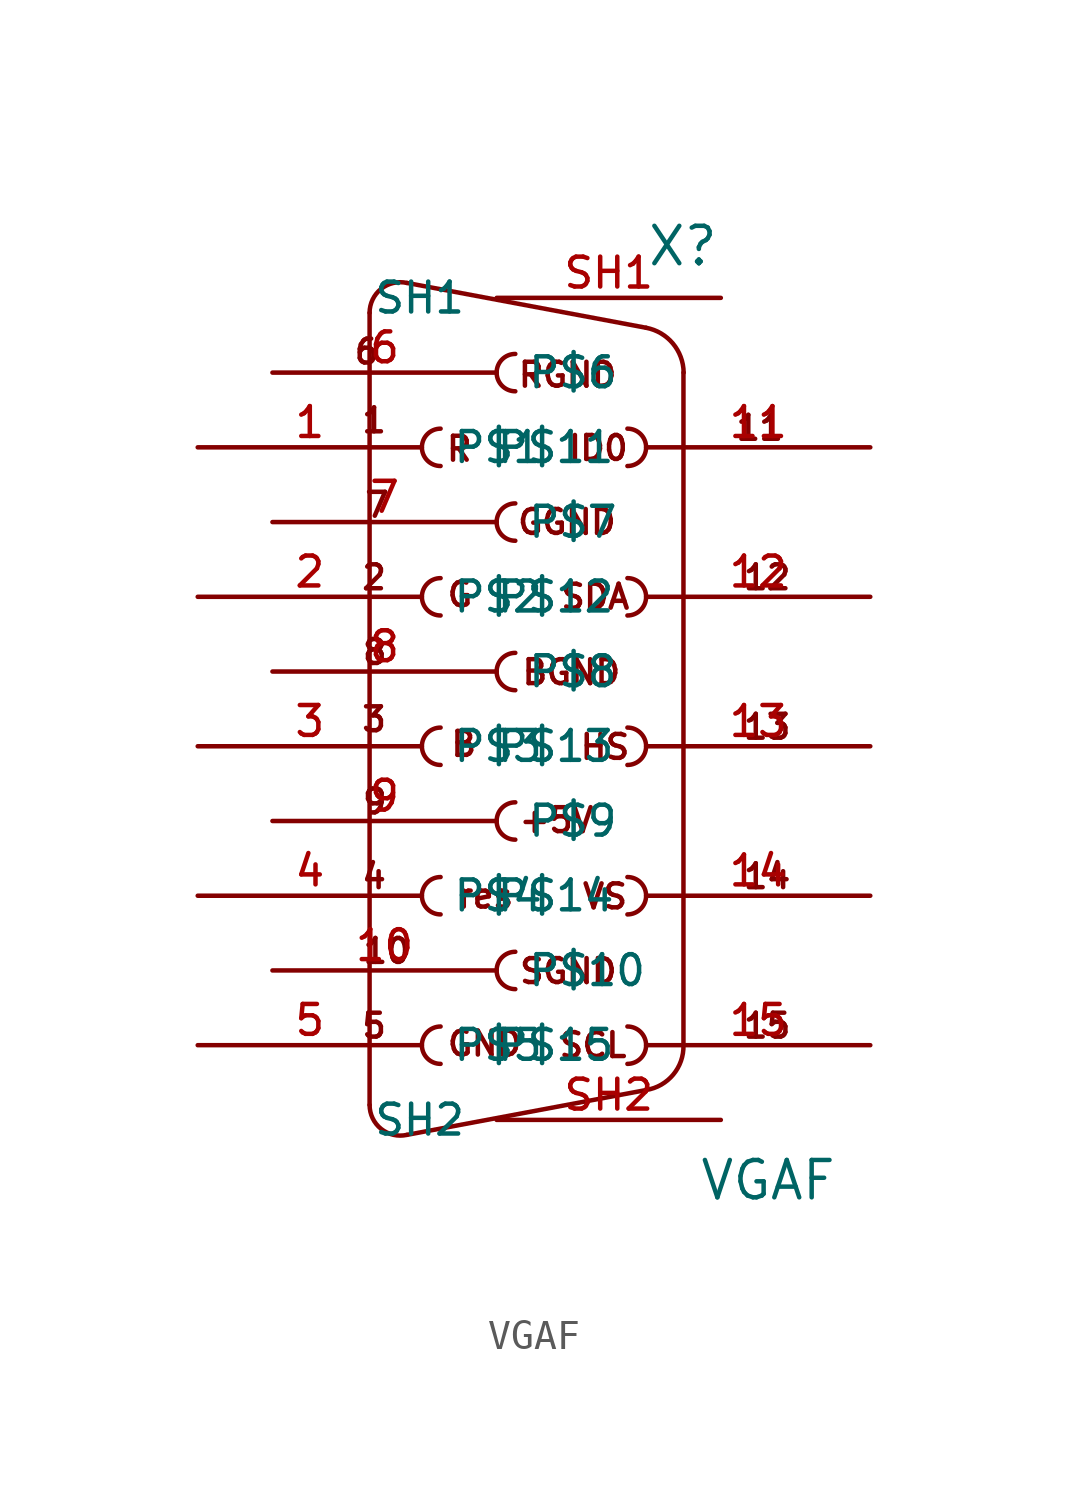
<source format=kicad_sym>
(kicad_symbol_lib
  (version 20220914)
  (generator kicad_symbol_editor)
  (symbol "VGAF"
    (pin_names
      (offset 1.016))
    (property "Reference" "X"
      (at 5.08 13.716 0)
      (effects (font (size 1.27 1.27)) (justify left bottom)))
    (property "Value" "VGAF"
      (at 6.858 -18.034 0)
      (effects (font (size 1.27 1.27)) (justify left bottom)))
    (property "Datasheet" ""
      (at 0 0 0)
      (effects (font (size 1.524 1.524))))
    (symbol "VGAF_1_0"
      (polyline (pts (xy -4.318 12.192) (xy -4.318 -14.732)) (stroke (width 0) (type solid)) (fill (type none)))
      (polyline (pts (xy -3.048 -15.748) (xy 5.08 -14.224)) (stroke (width 0) (type solid)) (fill (type none)))
      (polyline (pts (xy -3.048 13.208) (xy 5.08 11.684)) (stroke (width 0) (type solid)) (fill (type none)))
      (polyline (pts (xy 6.35 10.16) (xy 6.35 -12.7)) (stroke (width 0) (type solid)) (fill (type none)))
      (text "+5V" (at 2.032 -5.055 0) (effects (font (size 0.813 0.813))))
      (text "1" (at -4.166 8.534 0) (effects (font (size 0.813 0.813))))
      (text "10" (at -3.734 -9.5 0) (effects (font (size 0.813 0.813))))
      (text "11" (at 8.941 8.28 0) (effects (font (size 0.813 0.813))))
      (text "12" (at 9.195 3.2 0) (effects (font (size 0.813 0.813))))
      (text "13" (at 9.195 -1.88 0) (effects (font (size 0.813 0.813))))
      (text "14" (at 9.195 -6.96 0) (effects (font (size 0.813 0.813))))
      (text "15" (at 9.195 -12.04 0) (effects (font (size 0.813 0.813))))
      (text "2" (at -4.166 3.2 0) (effects (font (size 0.813 0.813))))
      (text "3" (at -4.166 -1.626 0) (effects (font (size 0.813 0.813))))
      (text "4" (at -4.166 -6.96 0) (effects (font (size 0.813 0.813))))
      (text "5" (at -4.166 -12.04 0) (effects (font (size 0.813 0.813))))
      (text "6" (at -4.42 10.871 0) (effects (font (size 0.813 0.813))))
      (text "7" (at -4.064 5.664 0) (effects (font (size 0.813 0.813))))
      (text "8" (at -4.14 0.66 0) (effects (font (size 0.813 0.813))))
      (text "9" (at -4.14 -4.42 0) (effects (font (size 0.813 0.813))))
      (text "B" (at -1.118 -2.464 0) (effects (font (size 0.813 0.813))))
      (text "BGND" (at 2.54 -0.025 0) (effects (font (size 0.813 0.813))))
      (text "G" (at -1.245 2.616 0) (effects (font (size 0.813 0.813))))
      (text "GGND" (at 2.388 5.08 0) (effects (font (size 0.813 0.813))))
      (text "GND" (at -0.406 -12.649 0) (effects (font (size 0.813 0.813))))
      (text "HS" (at 3.683 -2.565 0) (effects (font (size 0.813 0.813))))
      (text "ID0" (at 3.454 7.595 0) (effects (font (size 0.813 0.813))))
      (text "R" (at -1.27 7.569 0) (effects (font (size 0.813 0.813))))
      (text "res" (at -0.381 -7.62 0) (effects (font (size 0.813 0.813))))
      (text "RGND" (at 2.413 10.084 0) (effects (font (size 0.813 0.813))))
      (text "SCL" (at 3.277 -12.7 0) (effects (font (size 0.813 0.813))))
      (text "SDA" (at 3.353 2.54 0) (effects (font (size 0.813 0.813))))
      (text "SGND" (at 2.438 -10.185 0) (effects (font (size 0.813 0.813))))
      (text "VS" (at 3.683 -7.645 0) (effects (font (size 0.813 0.813)))))
    (symbol "VGAF_1_1"
      (arc (start -4.318 -14.732) (mid -3.9272 -15.5452) (end -3.048 -15.748) (stroke (width 0) (type solid)) (fill (type none)))
      (arc (start -3.048 13.208) (mid -3.9272 13.0052) (end -4.318 12.192) (stroke (width 0) (type solid)) (fill (type none)))
      (arc (start -1.905 -12.065) (mid -2.5373 -12.7) (end -1.905 -13.335) (stroke (width 0) (type solid)) (fill (type none)))
      (arc (start -1.905 -6.985) (mid -2.5373 -7.62) (end -1.905 -8.255) (stroke (width 0) (type solid)) (fill (type none)))
      (arc (start -1.905 -1.905) (mid -2.5373 -2.54) (end -1.905 -3.175) (stroke (width 0) (type solid)) (fill (type none)))
      (arc (start -1.905 3.175) (mid -2.5373 2.54) (end -1.905 1.905) (stroke (width 0) (type solid)) (fill (type none)))
      (arc (start -1.905 8.255) (mid -2.5373 7.62) (end -1.905 6.985) (stroke (width 0) (type solid)) (fill (type none)))
      (arc (start 0.635 -9.525) (mid 0.0027 -10.16) (end 0.635 -10.795) (stroke (width 0) (type solid)) (fill (type none)))
      (arc (start 0.635 -4.445) (mid 0.0027 -5.08) (end 0.635 -5.715) (stroke (width 0) (type solid)) (fill (type none)))
      (arc (start 0.635 0.635) (mid 0.0027 0) (end 0.635 -0.635) (stroke (width 0) (type solid)) (fill (type none)))
      (arc (start 0.635 5.715) (mid 0.0027 5.08) (end 0.635 4.445) (stroke (width 0) (type solid)) (fill (type none)))
      (arc (start 0.635 10.795) (mid 0.0027 10.16) (end 0.635 9.525) (stroke (width 0) (type solid)) (fill (type none)))
      (arc (start 4.445 -13.335) (mid 5.0773 -12.7) (end 4.445 -12.065) (stroke (width 0) (type solid)) (fill (type none)))
      (arc (start 4.445 -8.255) (mid 5.0773 -7.62) (end 4.445 -6.985) (stroke (width 0) (type solid)) (fill (type none)))
      (arc (start 4.445 -3.175) (mid 5.0773 -2.54) (end 4.445 -1.905) (stroke (width 0) (type solid)) (fill (type none)))
      (arc (start 4.445 1.905) (mid 5.0773 2.54) (end 4.445 3.175) (stroke (width 0) (type solid)) (fill (type none)))
      (arc (start 4.445 6.985) (mid 5.0773 7.62) (end 4.445 8.255) (stroke (width 0) (type solid)) (fill (type none)))
      (arc (start 5.08 -14.224) (mid 6.0049 -13.6987) (end 6.35 -12.7) (stroke (width 0) (type solid)) (fill (type none)))
      (arc (start 6.35 10.16) (mid 5.9888 11.1451) (end 5.08 11.684) (stroke (width 0) (type solid)) (fill (type none)))
      (pin passive line (at -10.16 7.62 0) (length 7.62) (name "P$1" (effects (font (size 1.016 1.016)))) (number "1" (effects (font (size 1.016 1.016)))))
      (pin passive line (at -7.62 -10.16 0) (length 7.62) (name "P$10" (effects (font (size 1.016 1.016)))) (number "10" (effects (font (size 1.016 1.016)))))
      (pin passive line (at 12.7 7.62 180) (length 7.62) (name "P$11" (effects (font (size 1.016 1.016)))) (number "11" (effects (font (size 1.016 1.016)))))
      (pin passive line (at 12.7 2.54 180) (length 7.62) (name "P$12" (effects (font (size 1.016 1.016)))) (number "12" (effects (font (size 1.016 1.016)))))
      (pin passive line (at 12.7 -2.54 180) (length 7.62) (name "P$13" (effects (font (size 1.016 1.016)))) (number "13" (effects (font (size 1.016 1.016)))))
      (pin passive line (at 12.7 -7.62 180) (length 7.62) (name "P$14" (effects (font (size 1.016 1.016)))) (number "14" (effects (font (size 1.016 1.016)))))
      (pin passive line (at 12.7 -12.7 180) (length 7.62) (name "P$15" (effects (font (size 1.016 1.016)))) (number "15" (effects (font (size 1.016 1.016)))))
      (pin passive line (at -10.16 2.54 0) (length 7.62) (name "P$2" (effects (font (size 1.016 1.016)))) (number "2" (effects (font (size 1.016 1.016)))))
      (pin passive line (at -10.16 -2.54 0) (length 7.62) (name "P$3" (effects (font (size 1.016 1.016)))) (number "3" (effects (font (size 1.016 1.016)))))
      (pin passive line (at -10.16 -7.62 0) (length 7.62) (name "P$4" (effects (font (size 1.016 1.016)))) (number "4" (effects (font (size 1.016 1.016)))))
      (pin passive line (at -10.16 -12.7 0) (length 7.62) (name "P$5" (effects (font (size 1.016 1.016)))) (number "5" (effects (font (size 1.016 1.016)))))
      (pin passive line (at -7.62 10.16 0) (length 7.62) (name "P$6" (effects (font (size 1.016 1.016)))) (number "6" (effects (font (size 1.016 1.016)))))
      (pin passive line (at -7.62 5.08 0) (length 7.62) (name "P$7" (effects (font (size 1.016 1.016)))) (number "7" (effects (font (size 1.016 1.016)))))
      (pin passive line (at -7.62 0 0) (length 7.62) (name "P$8" (effects (font (size 1.016 1.016)))) (number "8" (effects (font (size 1.016 1.016)))))
      (pin passive line (at -7.62 -5.08 0) (length 7.62) (name "P$9" (effects (font (size 1.016 1.016)))) (number "9" (effects (font (size 1.016 1.016)))))
      (pin power_in line (at 7.62 12.7 180) (length 7.62) (name "SH1" (effects (font (size 1.016 1.016)))) (number "SH1" (effects (font (size 1.016 1.016)))))
      (pin power_in line (at 7.62 -15.24 180) (length 7.62) (name "SH2" (effects (font (size 1.016 1.016)))) (number "SH2" (effects (font (size 1.016 1.016))))))))
</source>
